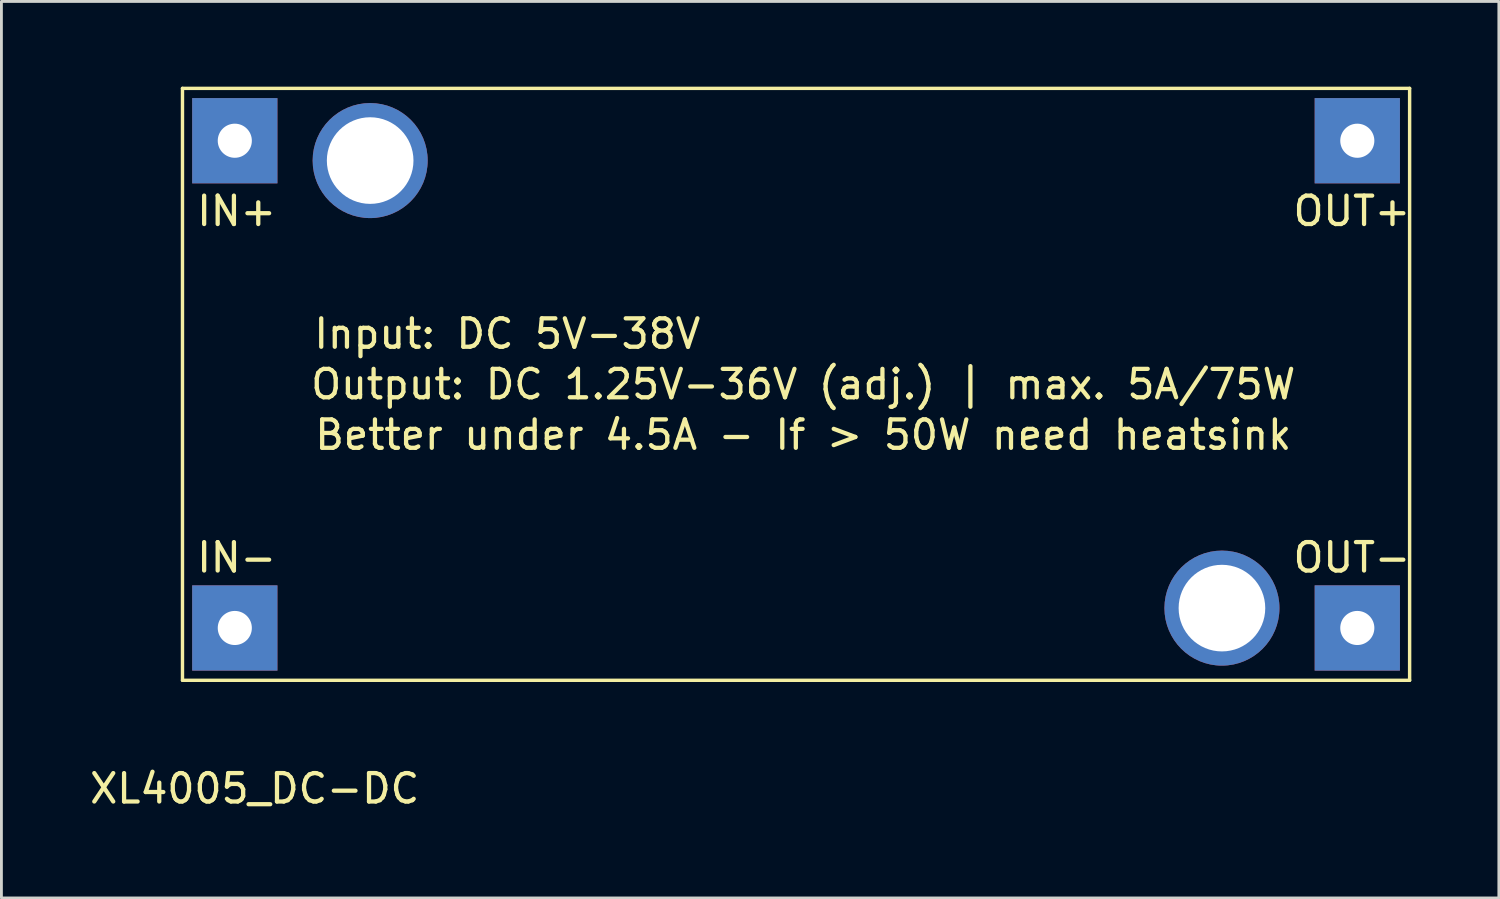
<source format=kicad_pcb>
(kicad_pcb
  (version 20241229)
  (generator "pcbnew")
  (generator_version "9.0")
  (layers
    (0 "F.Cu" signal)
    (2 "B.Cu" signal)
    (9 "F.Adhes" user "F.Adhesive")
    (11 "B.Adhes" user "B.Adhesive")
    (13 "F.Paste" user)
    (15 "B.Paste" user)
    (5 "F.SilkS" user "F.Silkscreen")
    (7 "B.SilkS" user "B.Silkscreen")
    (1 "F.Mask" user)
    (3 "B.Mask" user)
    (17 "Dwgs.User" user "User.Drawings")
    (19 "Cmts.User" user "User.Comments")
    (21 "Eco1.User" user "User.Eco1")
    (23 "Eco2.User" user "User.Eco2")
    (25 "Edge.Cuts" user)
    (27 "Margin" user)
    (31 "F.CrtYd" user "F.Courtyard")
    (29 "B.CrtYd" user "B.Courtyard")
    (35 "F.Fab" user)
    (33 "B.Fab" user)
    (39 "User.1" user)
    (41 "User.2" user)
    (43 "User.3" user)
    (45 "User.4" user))
  (footprint "XL4005_DC-DC"
    (layer "F.Cu")
    (at 3.371 20.888)
    (property "Reference" "XL4005_DC-DC" (at 2.54 3.81 0) (layer "F.SilkS") (effects (font (size 1 1) (thickness 0.15))))
    (attr through_hole)
    (fp_line (start 0 -20.828) (end 43.18 -20.828) (stroke (width 0.12) (type solid)) (layer "F.SilkS"))
    (fp_line (start 0 0) (end 0 -20.828) (stroke (width 0.12) (type solid)) (layer "F.SilkS"))
    (fp_line (start 43.18 -20.828) (end 43.18 0) (stroke (width 0.12) (type solid)) (layer "F.SilkS"))
    (fp_line (start 43.18 0) (end 0 0) (stroke (width 0.12) (type solid)) (layer "F.SilkS"))
    (fp_text user "IN-" (at 1.905 -4.318 0) (layer "F.SilkS") (effects (font (size 1 1) (thickness 0.15))))
    (fp_text user "Output: DC 1.25V-36V (adj.) | max. 5A/75W" (at 21.844 -10.414 0) (layer "F.SilkS") (effects (font (size 1 1) (thickness 0.15))))
    (fp_text user "OUT+" (at 41.148 -16.51 0) (layer "F.SilkS") (effects (font (size 1 1) (thickness 0.15))))
    (fp_text user "OUT-" (at 41.148 -4.318 0) (layer "F.SilkS") (effects (font (size 1 1) (thickness 0.15))))
    (fp_text user "Input: DC 5V-38V" (at 11.43 -12.192 0) (layer "F.SilkS") (effects (font (size 1 1) (thickness 0.15))))
    (fp_text user "Better under 4.5A - If > 50W need heatsink" (at 21.844 -8.636 0) (layer "F.SilkS") (effects (font (size 1 1) (thickness 0.15))))
    (fp_text user "IN+" (at 1.905 -16.51 0) (layer "F.SilkS") (effects (font (size 1 1) (thickness 0.15))))
    (pad "" thru_hole circle (at 6.604 -18.288) (size 4.048 4.048) (drill 3.048) (layers "*.Cu" "*.Mask"))
    (pad "" thru_hole circle (at 36.576 -2.54) (size 4.048 4.048) (drill 3.048) (layers "*.Cu" "*.Mask"))
    (pad "1" thru_hole rect (at 1.841 -18.986) (size 3 3) (drill 1.2) (layers "*.Cu" "*.Mask"))
    (pad "2" thru_hole rect (at 1.841 -1.841) (size 3 3) (drill 1.2) (layers "*.Cu" "*.Mask"))
    (pad "3" thru_hole rect (at 41.339 -18.986) (size 3 3) (drill 1.2) (layers "*.Cu" "*.Mask"))
    (pad "4" thru_hole rect (at 41.339 -1.841) (size 3 3) (drill 1.2) (layers "*.Cu" "*.Mask")))
  (gr_rect
    (start -3 -3)
    (end 49.691 28.546)
    (stroke (width 0.1) (type default))
    (fill no)
    (layer "Edge.Cuts")))
</source>
